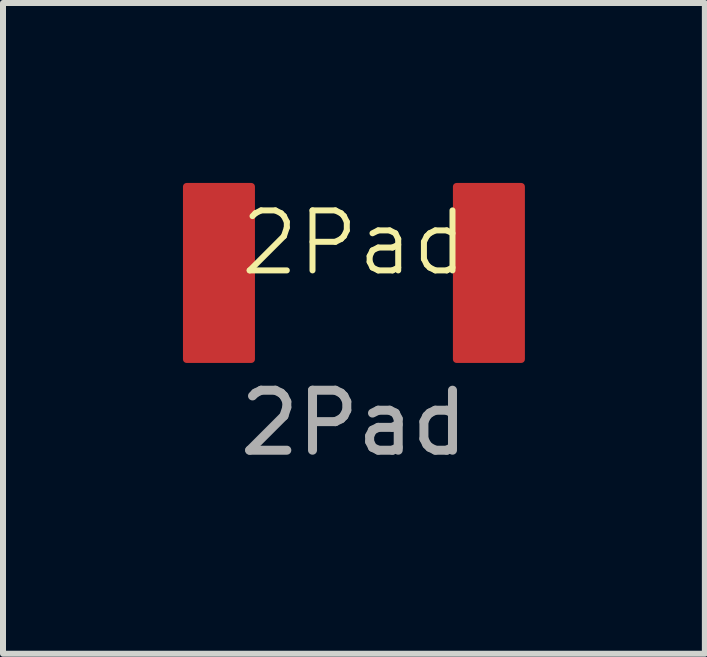
<source format=kicad_pcb>
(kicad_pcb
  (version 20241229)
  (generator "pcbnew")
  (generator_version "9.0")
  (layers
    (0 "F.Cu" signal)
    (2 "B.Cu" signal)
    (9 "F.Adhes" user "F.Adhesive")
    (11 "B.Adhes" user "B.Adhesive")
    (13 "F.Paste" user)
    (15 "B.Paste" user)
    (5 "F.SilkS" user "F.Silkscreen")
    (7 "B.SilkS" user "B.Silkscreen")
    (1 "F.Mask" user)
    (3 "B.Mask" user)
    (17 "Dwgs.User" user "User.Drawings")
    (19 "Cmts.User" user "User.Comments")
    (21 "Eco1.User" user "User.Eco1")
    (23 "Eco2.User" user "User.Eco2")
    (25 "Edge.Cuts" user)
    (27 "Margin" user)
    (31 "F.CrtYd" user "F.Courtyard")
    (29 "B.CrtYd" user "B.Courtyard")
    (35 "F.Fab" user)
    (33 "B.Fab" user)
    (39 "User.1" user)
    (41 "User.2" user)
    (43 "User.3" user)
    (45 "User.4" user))
  (footprint "2Pad"
    (layer "F.Cu")
    (at 2.85 1.5)
    (property "Reference" "2Pad" (at 0 -0.5 0) (unlocked yes) (layer "F.SilkS") (effects (font (size 1 1) (thickness 0.1))))
    (attr smd)
    (fp_text user "${REFERENCE}" (at 0 2.5 0) (unlocked yes) (layer "F.Fab") (effects (font (size 1 1) (thickness 0.15))))
    (pad "1" smd roundrect (at -2.25 0 90) (size 3 1.2) (layers "F.Cu" "F.Mask") (roundrect_rratio 0.05))
    (pad "2" smd roundrect (at 2.25 0 90) (size 3 1.2) (layers "F.Cu" "F.Mask") (roundrect_rratio 0.05)))
  (gr_rect
    (start -3 -3)
    (end 8.7 7.848)
    (stroke (width 0.1) (type default))
    (fill no)
    (layer "Edge.Cuts")))
</source>
